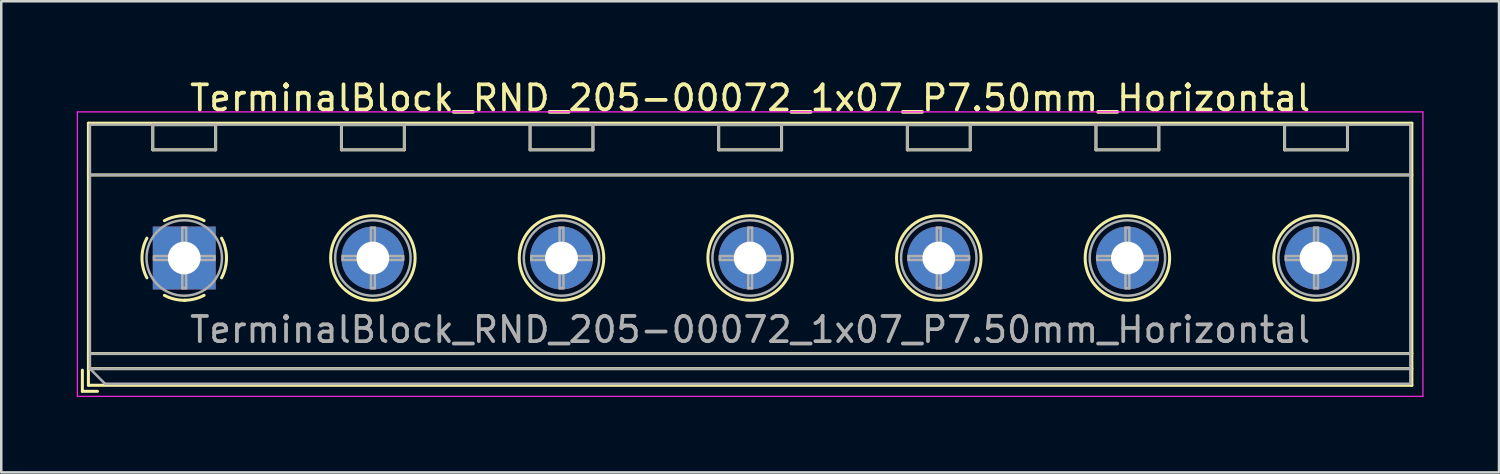
<source format=kicad_pcb>
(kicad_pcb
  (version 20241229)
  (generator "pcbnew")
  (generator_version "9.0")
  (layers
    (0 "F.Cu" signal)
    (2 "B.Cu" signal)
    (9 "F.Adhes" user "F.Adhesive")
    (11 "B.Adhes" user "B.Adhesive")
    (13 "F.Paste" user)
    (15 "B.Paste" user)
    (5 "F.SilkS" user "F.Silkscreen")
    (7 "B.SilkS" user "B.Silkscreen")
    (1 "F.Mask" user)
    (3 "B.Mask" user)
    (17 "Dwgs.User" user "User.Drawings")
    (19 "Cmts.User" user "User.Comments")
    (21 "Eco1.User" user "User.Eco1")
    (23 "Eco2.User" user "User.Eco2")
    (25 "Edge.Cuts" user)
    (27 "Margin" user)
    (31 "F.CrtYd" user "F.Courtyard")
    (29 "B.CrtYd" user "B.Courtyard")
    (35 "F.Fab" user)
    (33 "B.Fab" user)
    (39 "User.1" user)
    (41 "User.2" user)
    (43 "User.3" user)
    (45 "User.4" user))
  (footprint "TerminalBlock_RND_205-00072_1x07_P7.50mm_Horizontal"
    (layer "F.Cu")
    (at 4.275 7.208)
    (property "Reference" "TerminalBlock_RND_205-00072_1x07_P7.50mm_Horizontal" (at 22.5 -6.36 0) (layer "F.SilkS") (effects (font (size 1 1) (thickness 0.15))))
    (attr through_hole)
    (fp_line (start -4.05 4.46) (end -4.05 5.3) (stroke (width 0.12) (type solid)) (layer "F.SilkS"))
    (fp_line (start -4.05 5.3) (end -3.45 5.3) (stroke (width 0.12) (type solid)) (layer "F.SilkS"))
    (fp_line (start -3.81 -5.36) (end -3.81 5.06) (stroke (width 0.12) (type solid)) (layer "F.SilkS"))
    (fp_line (start -3.81 -5.36) (end 48.81 -5.36) (stroke (width 0.12) (type solid)) (layer "F.SilkS"))
    (fp_line (start -3.81 -3.301) (end 48.81 -3.301) (stroke (width 0.12) (type solid)) (layer "F.SilkS"))
    (fp_line (start -3.81 3.8) (end 48.81 3.8) (stroke (width 0.12) (type solid)) (layer "F.SilkS"))
    (fp_line (start -3.81 4.4) (end 48.81 4.4) (stroke (width 0.12) (type solid)) (layer "F.SilkS"))
    (fp_line (start -3.81 5.06) (end 48.81 5.06) (stroke (width 0.12) (type solid)) (layer "F.SilkS"))
    (fp_line (start -1.25 -5.301) (end -1.25 -4.301) (stroke (width 0.12) (type solid)) (layer "F.SilkS"))
    (fp_line (start -1.25 -5.301) (end 1.25 -5.301) (stroke (width 0.12) (type solid)) (layer "F.SilkS"))
    (fp_line (start -1.25 -4.301) (end 1.25 -4.301) (stroke (width 0.12) (type solid)) (layer "F.SilkS"))
    (fp_line (start 1.25 -5.301) (end 1.25 -4.301) (stroke (width 0.12) (type solid)) (layer "F.SilkS"))
    (fp_line (start 6.25 -5.301) (end 6.25 -4.301) (stroke (width 0.12) (type solid)) (layer "F.SilkS"))
    (fp_line (start 6.25 -5.301) (end 8.75 -5.301) (stroke (width 0.12) (type solid)) (layer "F.SilkS"))
    (fp_line (start 6.25 -4.301) (end 8.75 -4.301) (stroke (width 0.12) (type solid)) (layer "F.SilkS"))
    (fp_line (start 8.75 -5.301) (end 8.75 -4.301) (stroke (width 0.12) (type solid)) (layer "F.SilkS"))
    (fp_line (start 13.75 -5.301) (end 13.75 -4.301) (stroke (width 0.12) (type solid)) (layer "F.SilkS"))
    (fp_line (start 13.75 -5.301) (end 16.25 -5.301) (stroke (width 0.12) (type solid)) (layer "F.SilkS"))
    (fp_line (start 13.75 -4.301) (end 16.25 -4.301) (stroke (width 0.12) (type solid)) (layer "F.SilkS"))
    (fp_line (start 16.25 -5.301) (end 16.25 -4.301) (stroke (width 0.12) (type solid)) (layer "F.SilkS"))
    (fp_line (start 21.25 -5.301) (end 21.25 -4.301) (stroke (width 0.12) (type solid)) (layer "F.SilkS"))
    (fp_line (start 21.25 -5.301) (end 23.75 -5.301) (stroke (width 0.12) (type solid)) (layer "F.SilkS"))
    (fp_line (start 21.25 -4.301) (end 23.75 -4.301) (stroke (width 0.12) (type solid)) (layer "F.SilkS"))
    (fp_line (start 23.75 -5.301) (end 23.75 -4.301) (stroke (width 0.12) (type solid)) (layer "F.SilkS"))
    (fp_line (start 28.75 -5.301) (end 28.75 -4.301) (stroke (width 0.12) (type solid)) (layer "F.SilkS"))
    (fp_line (start 28.75 -5.301) (end 31.25 -5.301) (stroke (width 0.12) (type solid)) (layer "F.SilkS"))
    (fp_line (start 28.75 -4.301) (end 31.25 -4.301) (stroke (width 0.12) (type solid)) (layer "F.SilkS"))
    (fp_line (start 31.25 -5.301) (end 31.25 -4.301) (stroke (width 0.12) (type solid)) (layer "F.SilkS"))
    (fp_line (start 36.25 -5.301) (end 36.25 -4.301) (stroke (width 0.12) (type solid)) (layer "F.SilkS"))
    (fp_line (start 36.25 -5.301) (end 38.75 -5.301) (stroke (width 0.12) (type solid)) (layer "F.SilkS"))
    (fp_line (start 36.25 -4.301) (end 38.75 -4.301) (stroke (width 0.12) (type solid)) (layer "F.SilkS"))
    (fp_line (start 38.75 -5.301) (end 38.75 -4.301) (stroke (width 0.12) (type solid)) (layer "F.SilkS"))
    (fp_line (start 43.75 -5.301) (end 43.75 -4.301) (stroke (width 0.12) (type solid)) (layer "F.SilkS"))
    (fp_line (start 43.75 -5.301) (end 46.25 -5.301) (stroke (width 0.12) (type solid)) (layer "F.SilkS"))
    (fp_line (start 43.75 -4.301) (end 46.25 -4.301) (stroke (width 0.12) (type solid)) (layer "F.SilkS"))
    (fp_line (start 46.25 -5.301) (end 46.25 -4.301) (stroke (width 0.12) (type solid)) (layer "F.SilkS"))
    (fp_line (start 48.81 -5.36) (end 48.81 5.06) (stroke (width 0.12) (type solid)) (layer "F.SilkS"))
    (fp_arc (start -1.483953 0.789089) (mid -1.680708 0.00005) (end -1.484 -0.789) (stroke (width 0.12) (type solid)) (layer "F.SilkS"))
    (fp_arc (start -0.789089 -1.483953) (mid -0.00005 -1.680708) (end 0.789 -1.484) (stroke (width 0.12) (type solid)) (layer "F.SilkS"))
    (fp_arc (start 0.029383 1.68045) (mid -0.392304 1.634281) (end -0.789 1.484) (stroke (width 0.12) (type solid)) (layer "F.SilkS"))
    (fp_arc (start 0.788712 1.483352) (mid 0.406429 1.630097) (end 0 1.68) (stroke (width 0.12) (type solid)) (layer "F.SilkS"))
    (fp_arc (start 1.483953 -0.789089) (mid 1.680708 -0.00005) (end 1.484 0.789) (stroke (width 0.12) (type solid)) (layer "F.SilkS"))
    (fp_circle (center 7.5 0) (end 9.18 0) (stroke (width 0.12) (type solid)) (fill no) (layer "F.SilkS"))
    (fp_circle (center 15 0) (end 16.68 0) (stroke (width 0.12) (type solid)) (fill no) (layer "F.SilkS"))
    (fp_circle (center 22.5 0) (end 24.18 0) (stroke (width 0.12) (type solid)) (fill no) (layer "F.SilkS"))
    (fp_circle (center 30 0) (end 31.68 0) (stroke (width 0.12) (type solid)) (fill no) (layer "F.SilkS"))
    (fp_circle (center 37.5 0) (end 39.18 0) (stroke (width 0.12) (type solid)) (fill no) (layer "F.SilkS"))
    (fp_circle (center 45 0) (end 46.68 0) (stroke (width 0.12) (type solid)) (fill no) (layer "F.SilkS"))
    (fp_line (start -4.25 -5.81) (end -4.25 5.5) (stroke (width 0.05) (type solid)) (layer "F.CrtYd"))
    (fp_line (start -4.25 5.5) (end 49.25 5.5) (stroke (width 0.05) (type solid)) (layer "F.CrtYd"))
    (fp_line (start 49.25 -5.81) (end -4.25 -5.81) (stroke (width 0.05) (type solid)) (layer "F.CrtYd"))
    (fp_line (start 49.25 5.5) (end 49.25 -5.81) (stroke (width 0.05) (type solid)) (layer "F.CrtYd"))
    (fp_line (start -3.75 -5.3) (end 48.75 -5.3) (stroke (width 0.1) (type solid)) (layer "F.Fab"))
    (fp_line (start -3.75 -3.3) (end 48.75 -3.3) (stroke (width 0.1) (type solid)) (layer "F.Fab"))
    (fp_line (start -3.75 3.8) (end 48.75 3.8) (stroke (width 0.1) (type solid)) (layer "F.Fab"))
    (fp_line (start -3.75 4.4) (end -3.75 -5.3) (stroke (width 0.1) (type solid)) (layer "F.Fab"))
    (fp_line (start -3.75 4.4) (end 48.75 4.4) (stroke (width 0.1) (type solid)) (layer "F.Fab"))
    (fp_line (start -3.15 5) (end -3.75 4.4) (stroke (width 0.1) (type solid)) (layer "F.Fab"))
    (fp_line (start -1.25 -5.3) (end -1.25 -4.3) (stroke (width 0.1) (type solid)) (layer "F.Fab"))
    (fp_line (start -1.25 -4.3) (end 1.25 -4.3) (stroke (width 0.1) (type solid)) (layer "F.Fab"))
    (fp_line (start -1.201 -0.076) (end -0.076 -0.076) (stroke (width 0.1) (type solid)) (layer "F.Fab"))
    (fp_line (start -1.201 0.076) (end -1.201 -0.076) (stroke (width 0.1) (type solid)) (layer "F.Fab"))
    (fp_line (start -0.076 -1.201) (end 0.076 -1.201) (stroke (width 0.1) (type solid)) (layer "F.Fab"))
    (fp_line (start -0.076 -0.076) (end -0.076 -1.201) (stroke (width 0.1) (type solid)) (layer "F.Fab"))
    (fp_line (start -0.076 0.076) (end -1.201 0.076) (stroke (width 0.1) (type solid)) (layer "F.Fab"))
    (fp_line (start -0.076 1.201) (end -0.076 0.076) (stroke (width 0.1) (type solid)) (layer "F.Fab"))
    (fp_line (start 0.076 -1.201) (end 0.076 -0.076) (stroke (width 0.1) (type solid)) (layer "F.Fab"))
    (fp_line (start 0.076 -0.076) (end 1.201 -0.076) (stroke (width 0.1) (type solid)) (layer "F.Fab"))
    (fp_line (start 0.076 0.076) (end 0.076 1.201) (stroke (width 0.1) (type solid)) (layer "F.Fab"))
    (fp_line (start 0.076 1.201) (end -0.076 1.201) (stroke (width 0.1) (type solid)) (layer "F.Fab"))
    (fp_line (start 1.201 -0.076) (end 1.201 0.076) (stroke (width 0.1) (type solid)) (layer "F.Fab"))
    (fp_line (start 1.201 0.076) (end 0.076 0.076) (stroke (width 0.1) (type solid)) (layer "F.Fab"))
    (fp_line (start 1.25 -5.3) (end -1.25 -5.3) (stroke (width 0.1) (type solid)) (layer "F.Fab"))
    (fp_line (start 1.25 -4.3) (end 1.25 -5.3) (stroke (width 0.1) (type solid)) (layer "F.Fab"))
    (fp_line (start 6.25 -5.3) (end 6.25 -4.3) (stroke (width 0.1) (type solid)) (layer "F.Fab"))
    (fp_line (start 6.25 -4.3) (end 8.75 -4.3) (stroke (width 0.1) (type solid)) (layer "F.Fab"))
    (fp_line (start 6.299 -0.076) (end 7.424 -0.076) (stroke (width 0.1) (type solid)) (layer "F.Fab"))
    (fp_line (start 6.299 0.076) (end 6.299 -0.076) (stroke (width 0.1) (type solid)) (layer "F.Fab"))
    (fp_line (start 7.424 -1.201) (end 7.576 -1.201) (stroke (width 0.1) (type solid)) (layer "F.Fab"))
    (fp_line (start 7.424 -0.076) (end 7.424 -1.201) (stroke (width 0.1) (type solid)) (layer "F.Fab"))
    (fp_line (start 7.424 0.076) (end 6.299 0.076) (stroke (width 0.1) (type solid)) (layer "F.Fab"))
    (fp_line (start 7.424 1.201) (end 7.424 0.076) (stroke (width 0.1) (type solid)) (layer "F.Fab"))
    (fp_line (start 7.576 -1.201) (end 7.576 -0.076) (stroke (width 0.1) (type solid)) (layer "F.Fab"))
    (fp_line (start 7.576 -0.076) (end 8.701 -0.076) (stroke (width 0.1) (type solid)) (layer "F.Fab"))
    (fp_line (start 7.576 0.076) (end 7.576 1.201) (stroke (width 0.1) (type solid)) (layer "F.Fab"))
    (fp_line (start 7.576 1.201) (end 7.424 1.201) (stroke (width 0.1) (type solid)) (layer "F.Fab"))
    (fp_line (start 8.701 -0.076) (end 8.701 0.076) (stroke (width 0.1) (type solid)) (layer "F.Fab"))
    (fp_line (start 8.701 0.076) (end 7.576 0.076) (stroke (width 0.1) (type solid)) (layer "F.Fab"))
    (fp_line (start 8.75 -5.3) (end 6.25 -5.3) (stroke (width 0.1) (type solid)) (layer "F.Fab"))
    (fp_line (start 8.75 -4.3) (end 8.75 -5.3) (stroke (width 0.1) (type solid)) (layer "F.Fab"))
    (fp_line (start 13.75 -5.3) (end 13.75 -4.3) (stroke (width 0.1) (type solid)) (layer "F.Fab"))
    (fp_line (start 13.75 -4.3) (end 16.25 -4.3) (stroke (width 0.1) (type solid)) (layer "F.Fab"))
    (fp_line (start 13.799 -0.076) (end 14.924 -0.076) (stroke (width 0.1) (type solid)) (layer "F.Fab"))
    (fp_line (start 13.799 0.076) (end 13.799 -0.076) (stroke (width 0.1) (type solid)) (layer "F.Fab"))
    (fp_line (start 14.924 -1.201) (end 15.076 -1.201) (stroke (width 0.1) (type solid)) (layer "F.Fab"))
    (fp_line (start 14.924 -0.076) (end 14.924 -1.201) (stroke (width 0.1) (type solid)) (layer "F.Fab"))
    (fp_line (start 14.924 0.076) (end 13.799 0.076) (stroke (width 0.1) (type solid)) (layer "F.Fab"))
    (fp_line (start 14.924 1.201) (end 14.924 0.076) (stroke (width 0.1) (type solid)) (layer "F.Fab"))
    (fp_line (start 15.076 -1.201) (end 15.076 -0.076) (stroke (width 0.1) (type solid)) (layer "F.Fab"))
    (fp_line (start 15.076 -0.076) (end 16.201 -0.076) (stroke (width 0.1) (type solid)) (layer "F.Fab"))
    (fp_line (start 15.076 0.076) (end 15.076 1.201) (stroke (width 0.1) (type solid)) (layer "F.Fab"))
    (fp_line (start 15.076 1.201) (end 14.924 1.201) (stroke (width 0.1) (type solid)) (layer "F.Fab"))
    (fp_line (start 16.201 -0.076) (end 16.201 0.076) (stroke (width 0.1) (type solid)) (layer "F.Fab"))
    (fp_line (start 16.201 0.076) (end 15.076 0.076) (stroke (width 0.1) (type solid)) (layer "F.Fab"))
    (fp_line (start 16.25 -5.3) (end 13.75 -5.3) (stroke (width 0.1) (type solid)) (layer "F.Fab"))
    (fp_line (start 16.25 -4.3) (end 16.25 -5.3) (stroke (width 0.1) (type solid)) (layer "F.Fab"))
    (fp_line (start 21.25 -5.3) (end 21.25 -4.3) (stroke (width 0.1) (type solid)) (layer "F.Fab"))
    (fp_line (start 21.25 -4.3) (end 23.75 -4.3) (stroke (width 0.1) (type solid)) (layer "F.Fab"))
    (fp_line (start 21.299 -0.076) (end 22.424 -0.076) (stroke (width 0.1) (type solid)) (layer "F.Fab"))
    (fp_line (start 21.299 0.076) (end 21.299 -0.076) (stroke (width 0.1) (type solid)) (layer "F.Fab"))
    (fp_line (start 22.424 -1.201) (end 22.576 -1.201) (stroke (width 0.1) (type solid)) (layer "F.Fab"))
    (fp_line (start 22.424 -0.076) (end 22.424 -1.201) (stroke (width 0.1) (type solid)) (layer "F.Fab"))
    (fp_line (start 22.424 0.076) (end 21.299 0.076) (stroke (width 0.1) (type solid)) (layer "F.Fab"))
    (fp_line (start 22.424 1.201) (end 22.424 0.076) (stroke (width 0.1) (type solid)) (layer "F.Fab"))
    (fp_line (start 22.576 -1.201) (end 22.576 -0.076) (stroke (width 0.1) (type solid)) (layer "F.Fab"))
    (fp_line (start 22.576 -0.076) (end 23.701 -0.076) (stroke (width 0.1) (type solid)) (layer "F.Fab"))
    (fp_line (start 22.576 0.076) (end 22.576 1.201) (stroke (width 0.1) (type solid)) (layer "F.Fab"))
    (fp_line (start 22.576 1.201) (end 22.424 1.201) (stroke (width 0.1) (type solid)) (layer "F.Fab"))
    (fp_line (start 23.701 -0.076) (end 23.701 0.076) (stroke (width 0.1) (type solid)) (layer "F.Fab"))
    (fp_line (start 23.701 0.076) (end 22.576 0.076) (stroke (width 0.1) (type solid)) (layer "F.Fab"))
    (fp_line (start 23.75 -5.3) (end 21.25 -5.3) (stroke (width 0.1) (type solid)) (layer "F.Fab"))
    (fp_line (start 23.75 -4.3) (end 23.75 -5.3) (stroke (width 0.1) (type solid)) (layer "F.Fab"))
    (fp_line (start 28.75 -5.3) (end 28.75 -4.3) (stroke (width 0.1) (type solid)) (layer "F.Fab"))
    (fp_line (start 28.75 -4.3) (end 31.25 -4.3) (stroke (width 0.1) (type solid)) (layer "F.Fab"))
    (fp_line (start 28.799 -0.076) (end 29.924 -0.076) (stroke (width 0.1) (type solid)) (layer "F.Fab"))
    (fp_line (start 28.799 0.076) (end 28.799 -0.076) (stroke (width 0.1) (type solid)) (layer "F.Fab"))
    (fp_line (start 29.924 -1.201) (end 30.076 -1.201) (stroke (width 0.1) (type solid)) (layer "F.Fab"))
    (fp_line (start 29.924 -0.076) (end 29.924 -1.201) (stroke (width 0.1) (type solid)) (layer "F.Fab"))
    (fp_line (start 29.924 0.076) (end 28.799 0.076) (stroke (width 0.1) (type solid)) (layer "F.Fab"))
    (fp_line (start 29.924 1.201) (end 29.924 0.076) (stroke (width 0.1) (type solid)) (layer "F.Fab"))
    (fp_line (start 30.076 -1.201) (end 30.076 -0.076) (stroke (width 0.1) (type solid)) (layer "F.Fab"))
    (fp_line (start 30.076 -0.076) (end 31.201 -0.076) (stroke (width 0.1) (type solid)) (layer "F.Fab"))
    (fp_line (start 30.076 0.076) (end 30.076 1.201) (stroke (width 0.1) (type solid)) (layer "F.Fab"))
    (fp_line (start 30.076 1.201) (end 29.924 1.201) (stroke (width 0.1) (type solid)) (layer "F.Fab"))
    (fp_line (start 31.201 -0.076) (end 31.201 0.076) (stroke (width 0.1) (type solid)) (layer "F.Fab"))
    (fp_line (start 31.201 0.076) (end 30.076 0.076) (stroke (width 0.1) (type solid)) (layer "F.Fab"))
    (fp_line (start 31.25 -5.3) (end 28.75 -5.3) (stroke (width 0.1) (type solid)) (layer "F.Fab"))
    (fp_line (start 31.25 -4.3) (end 31.25 -5.3) (stroke (width 0.1) (type solid)) (layer "F.Fab"))
    (fp_line (start 36.25 -5.3) (end 36.25 -4.3) (stroke (width 0.1) (type solid)) (layer "F.Fab"))
    (fp_line (start 36.25 -4.3) (end 38.75 -4.3) (stroke (width 0.1) (type solid)) (layer "F.Fab"))
    (fp_line (start 36.299 -0.076) (end 37.424 -0.076) (stroke (width 0.1) (type solid)) (layer "F.Fab"))
    (fp_line (start 36.299 0.076) (end 36.299 -0.076) (stroke (width 0.1) (type solid)) (layer "F.Fab"))
    (fp_line (start 37.424 -1.201) (end 37.576 -1.201) (stroke (width 0.1) (type solid)) (layer "F.Fab"))
    (fp_line (start 37.424 -0.076) (end 37.424 -1.201) (stroke (width 0.1) (type solid)) (layer "F.Fab"))
    (fp_line (start 37.424 0.076) (end 36.299 0.076) (stroke (width 0.1) (type solid)) (layer "F.Fab"))
    (fp_line (start 37.424 1.201) (end 37.424 0.076) (stroke (width 0.1) (type solid)) (layer "F.Fab"))
    (fp_line (start 37.576 -1.201) (end 37.576 -0.076) (stroke (width 0.1) (type solid)) (layer "F.Fab"))
    (fp_line (start 37.576 -0.076) (end 38.701 -0.076) (stroke (width 0.1) (type solid)) (layer "F.Fab"))
    (fp_line (start 37.576 0.076) (end 37.576 1.201) (stroke (width 0.1) (type solid)) (layer "F.Fab"))
    (fp_line (start 37.576 1.201) (end 37.424 1.201) (stroke (width 0.1) (type solid)) (layer "F.Fab"))
    (fp_line (start 38.701 -0.076) (end 38.701 0.076) (stroke (width 0.1) (type solid)) (layer "F.Fab"))
    (fp_line (start 38.701 0.076) (end 37.576 0.076) (stroke (width 0.1) (type solid)) (layer "F.Fab"))
    (fp_line (start 38.75 -5.3) (end 36.25 -5.3) (stroke (width 0.1) (type solid)) (layer "F.Fab"))
    (fp_line (start 38.75 -4.3) (end 38.75 -5.3) (stroke (width 0.1) (type solid)) (layer "F.Fab"))
    (fp_line (start 43.75 -5.3) (end 43.75 -4.3) (stroke (width 0.1) (type solid)) (layer "F.Fab"))
    (fp_line (start 43.75 -4.3) (end 46.25 -4.3) (stroke (width 0.1) (type solid)) (layer "F.Fab"))
    (fp_line (start 43.799 -0.076) (end 44.924 -0.076) (stroke (width 0.1) (type solid)) (layer "F.Fab"))
    (fp_line (start 43.799 0.076) (end 43.799 -0.076) (stroke (width 0.1) (type solid)) (layer "F.Fab"))
    (fp_line (start 44.924 -1.201) (end 45.076 -1.201) (stroke (width 0.1) (type solid)) (layer "F.Fab"))
    (fp_line (start 44.924 -0.076) (end 44.924 -1.201) (stroke (width 0.1) (type solid)) (layer "F.Fab"))
    (fp_line (start 44.924 0.076) (end 43.799 0.076) (stroke (width 0.1) (type solid)) (layer "F.Fab"))
    (fp_line (start 44.924 1.201) (end 44.924 0.076) (stroke (width 0.1) (type solid)) (layer "F.Fab"))
    (fp_line (start 45.076 -1.201) (end 45.076 -0.076) (stroke (width 0.1) (type solid)) (layer "F.Fab"))
    (fp_line (start 45.076 -0.076) (end 46.201 -0.076) (stroke (width 0.1) (type solid)) (layer "F.Fab"))
    (fp_line (start 45.076 0.076) (end 45.076 1.201) (stroke (width 0.1) (type solid)) (layer "F.Fab"))
    (fp_line (start 45.076 1.201) (end 44.924 1.201) (stroke (width 0.1) (type solid)) (layer "F.Fab"))
    (fp_line (start 46.201 -0.076) (end 46.201 0.076) (stroke (width 0.1) (type solid)) (layer "F.Fab"))
    (fp_line (start 46.201 0.076) (end 45.076 0.076) (stroke (width 0.1) (type solid)) (layer "F.Fab"))
    (fp_line (start 46.25 -5.3) (end 43.75 -5.3) (stroke (width 0.1) (type solid)) (layer "F.Fab"))
    (fp_line (start 46.25 -4.3) (end 46.25 -5.3) (stroke (width 0.1) (type solid)) (layer "F.Fab"))
    (fp_line (start 48.75 -5.3) (end 48.75 5) (stroke (width 0.1) (type solid)) (layer "F.Fab"))
    (fp_line (start 48.75 5) (end -3.15 5) (stroke (width 0.1) (type solid)) (layer "F.Fab"))
    (fp_circle (center 0 0) (end 1.5 0) (stroke (width 0.1) (type solid)) (fill no) (layer "F.Fab"))
    (fp_circle (center 7.5 0) (end 9 0) (stroke (width 0.1) (type solid)) (fill no) (layer "F.Fab"))
    (fp_circle (center 15 0) (end 16.5 0) (stroke (width 0.1) (type solid)) (fill no) (layer "F.Fab"))
    (fp_circle (center 22.5 0) (end 24 0) (stroke (width 0.1) (type solid)) (fill no) (layer "F.Fab"))
    (fp_circle (center 30 0) (end 31.5 0) (stroke (width 0.1) (type solid)) (fill no) (layer "F.Fab"))
    (fp_circle (center 37.5 0) (end 39 0) (stroke (width 0.1) (type solid)) (fill no) (layer "F.Fab"))
    (fp_circle (center 45 0) (end 46.5 0) (stroke (width 0.1) (type solid)) (fill no) (layer "F.Fab"))
    (fp_text user "${REFERENCE}" (at 22.5 2.85 0) (layer "F.Fab") (effects (font (size 1 1) (thickness 0.15))))
    (pad "1" thru_hole rect (at 0 0) (size 2.5 2.5) (drill 1.3) (layers "*.Cu" "*.Mask"))
    (pad "2" thru_hole circle (at 7.5 0) (size 2.5 2.5) (drill 1.3) (layers "*.Cu" "*.Mask"))
    (pad "3" thru_hole circle (at 15 0) (size 2.5 2.5) (drill 1.3) (layers "*.Cu" "*.Mask"))
    (pad "4" thru_hole circle (at 22.5 0) (size 2.5 2.5) (drill 1.3) (layers "*.Cu" "*.Mask"))
    (pad "5" thru_hole circle (at 30 0) (size 2.5 2.5) (drill 1.3) (layers "*.Cu" "*.Mask"))
    (pad "6" thru_hole circle (at 37.5 0) (size 2.5 2.5) (drill 1.3) (layers "*.Cu" "*.Mask"))
    (pad "7" thru_hole circle (at 45 0) (size 2.5 2.5) (drill 1.3) (layers "*.Cu" "*.Mask")))
  (gr_rect
    (start -3 -3)
    (end 56.55 15.733)
    (stroke (width 0.1) (type default))
    (fill no)
    (layer "Edge.Cuts")))
</source>
